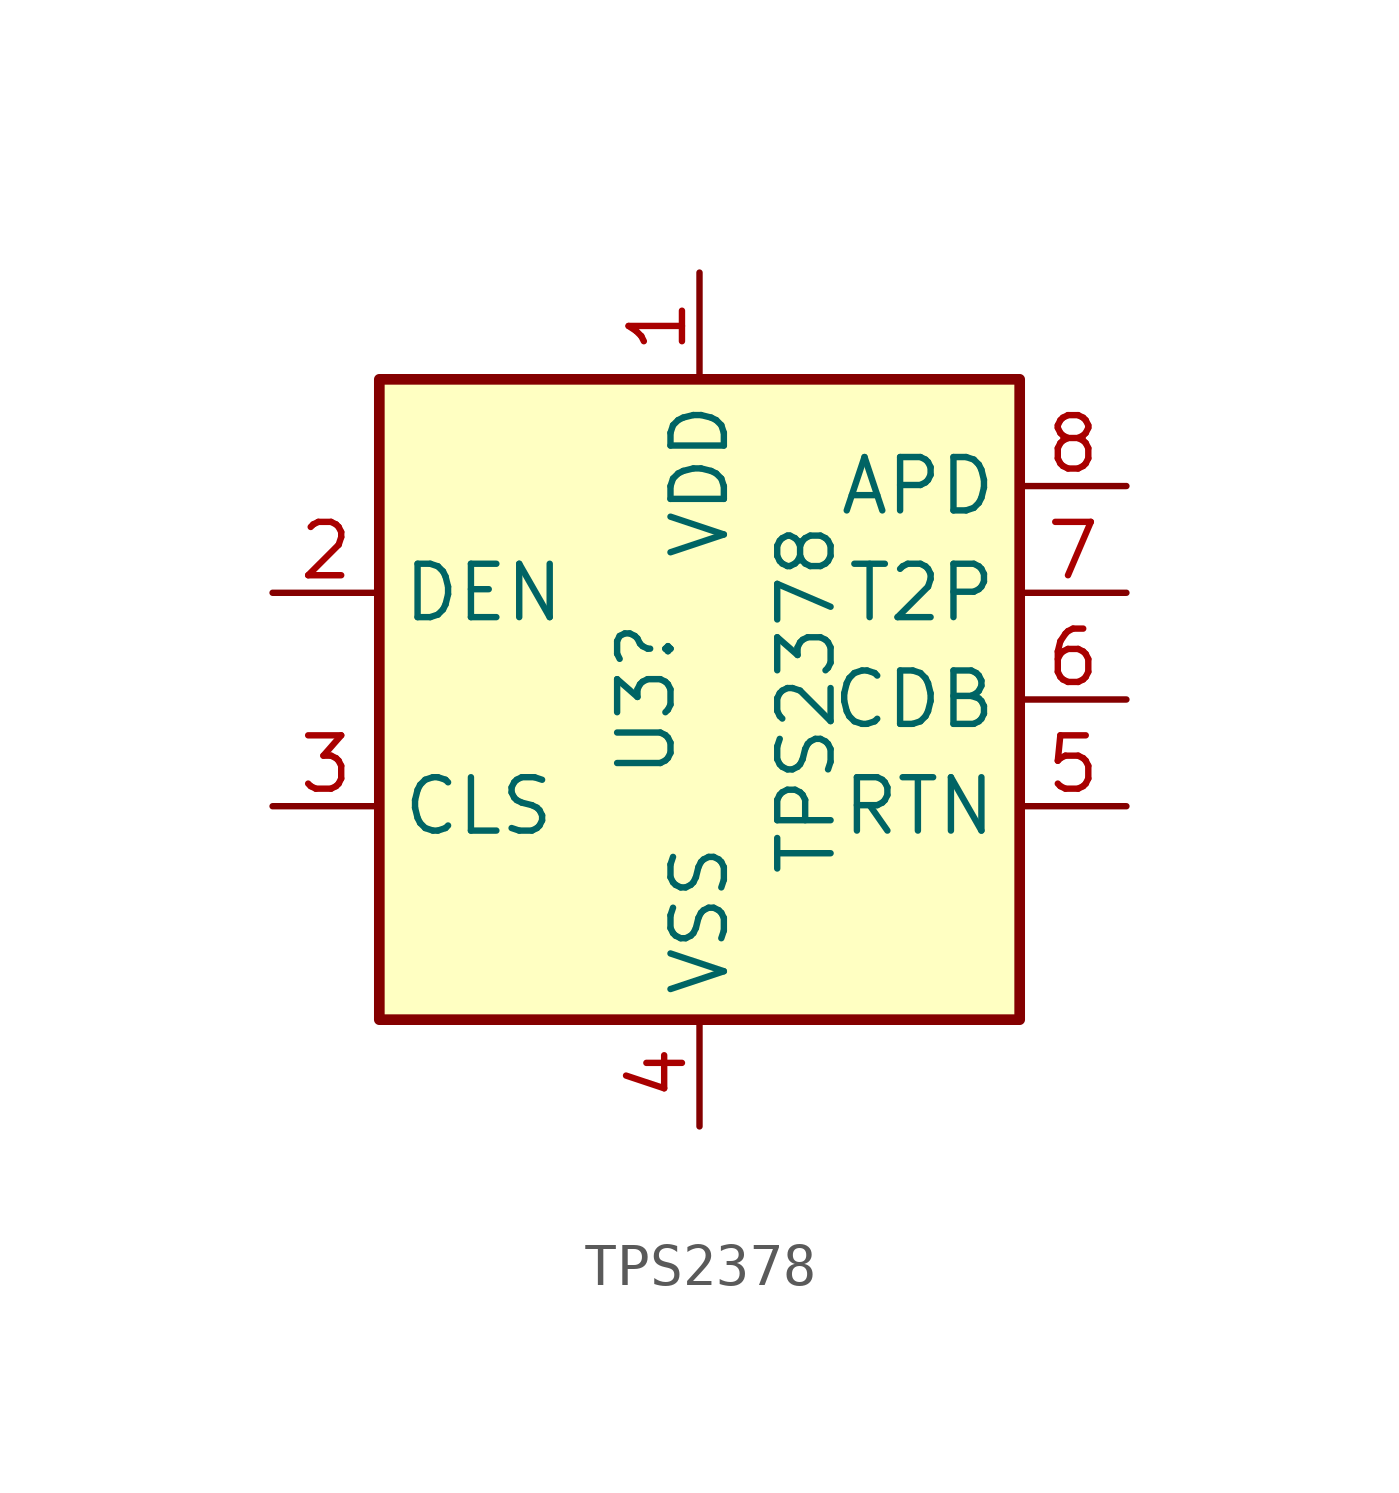
<source format=kicad_sym>
(kicad_symbol_lib
  (version 20211014)
  (generator kicad_symbol_editor)
  (symbol "TPS2378"
    (property "Reference" "U3"
      (at -1.27 0 90)
      (effects (font (size 1.27 1.27))))
    (property "Value" "TPS2378"
      (at 2.54 0 90)
      (effects (font (size 1.27 1.27))))
    (symbol "TPS2378_0_1"
      (rectangle (start -7.62 7.62) (end 7.62 -7.62) (stroke (width 0.254) (type default) (color 0 0 0 0)) (fill (type background))))
    (symbol "TPS2378_1_1"
      (pin power_in line (at 0 10.16 270) (length 2.54) (name "VDD" (effects (font (size 1.27 1.27)))) (number "1" (effects (font (size 1.27 1.27)))))
      (pin bidirectional line (at -10.16 2.54 0) (length 2.54) (name "DEN" (effects (font (size 1.27 1.27)))) (number "2" (effects (font (size 1.27 1.27)))))
      (pin output line (at -10.16 -2.54 0) (length 2.54) (name "CLS" (effects (font (size 1.27 1.27)))) (number "3" (effects (font (size 1.27 1.27)))))
      (pin power_in line (at 0 -10.16 90) (length 2.54) (name "VSS" (effects (font (size 1.27 1.27)))) (number "4" (effects (font (size 1.27 1.27)))))
      (pin power_out line (at 10.16 -2.54 180) (length 2.54) (name "RTN" (effects (font (size 1.27 1.27)))) (number "5" (effects (font (size 1.27 1.27)))))
      (pin output line (at 10.16 0 180) (length 2.54) (name "CDB" (effects (font (size 1.27 1.27)))) (number "6" (effects (font (size 1.27 1.27)))))
      (pin output line (at 10.16 2.54 180) (length 2.54) (name "T2P" (effects (font (size 1.27 1.27)))) (number "7" (effects (font (size 1.27 1.27)))))
      (pin input line (at 10.16 5.08 180) (length 2.54) (name "APD" (effects (font (size 1.27 1.27)))) (number "8" (effects (font (size 1.27 1.27))))))))
</source>
